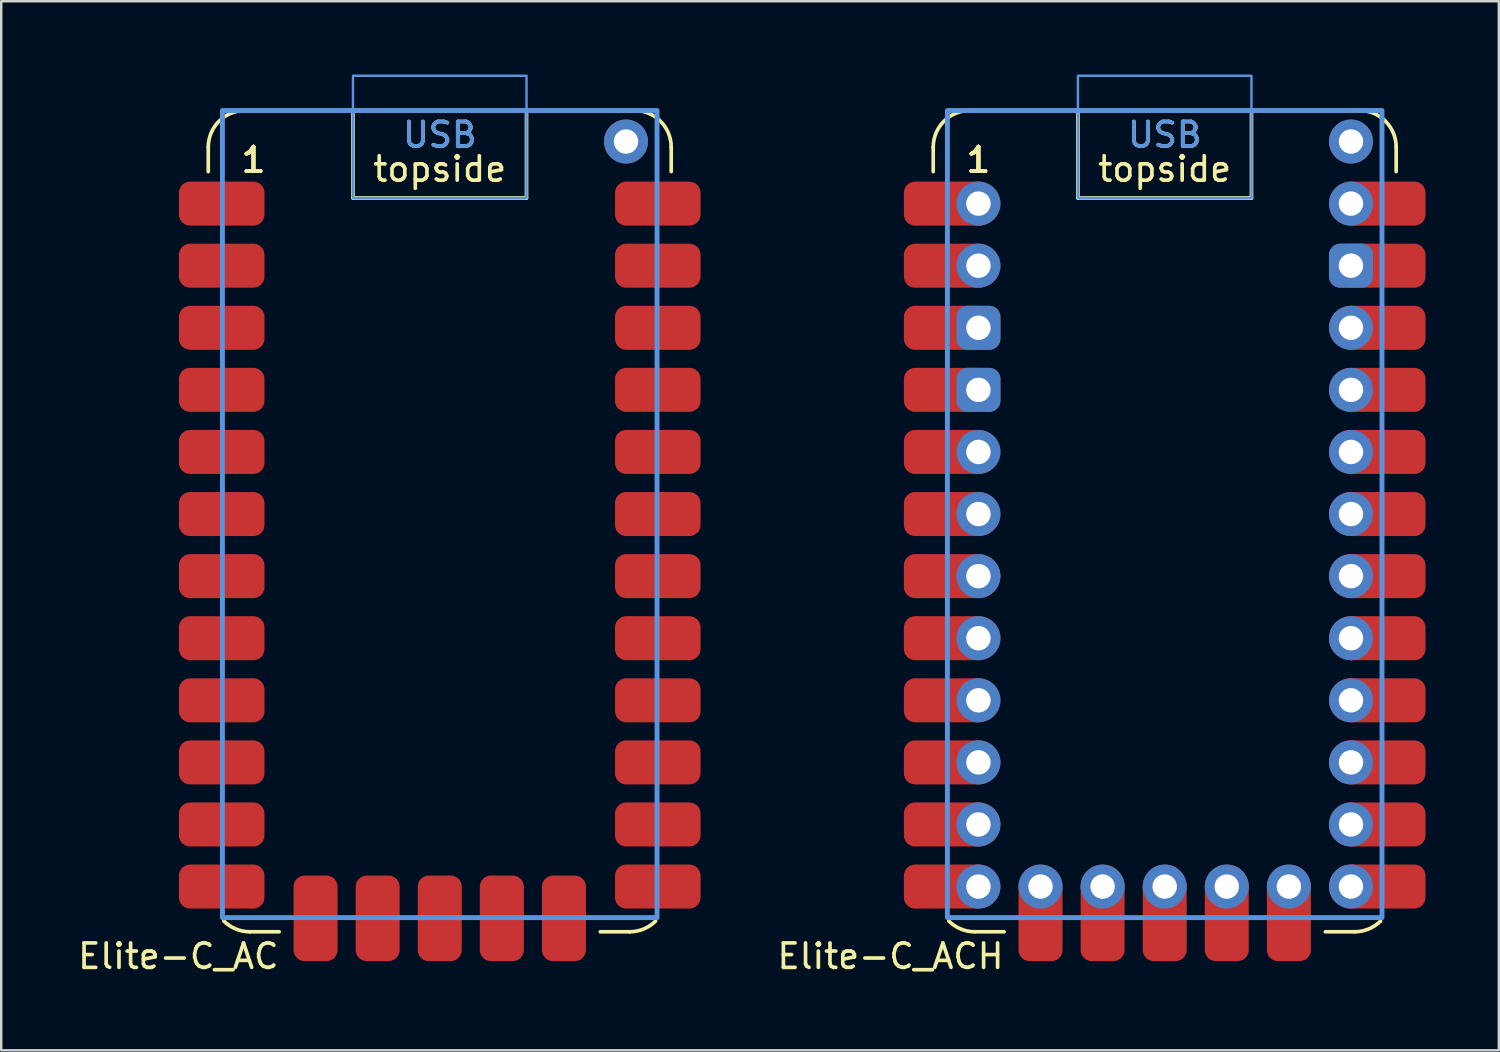
<source format=kicad_pcb>
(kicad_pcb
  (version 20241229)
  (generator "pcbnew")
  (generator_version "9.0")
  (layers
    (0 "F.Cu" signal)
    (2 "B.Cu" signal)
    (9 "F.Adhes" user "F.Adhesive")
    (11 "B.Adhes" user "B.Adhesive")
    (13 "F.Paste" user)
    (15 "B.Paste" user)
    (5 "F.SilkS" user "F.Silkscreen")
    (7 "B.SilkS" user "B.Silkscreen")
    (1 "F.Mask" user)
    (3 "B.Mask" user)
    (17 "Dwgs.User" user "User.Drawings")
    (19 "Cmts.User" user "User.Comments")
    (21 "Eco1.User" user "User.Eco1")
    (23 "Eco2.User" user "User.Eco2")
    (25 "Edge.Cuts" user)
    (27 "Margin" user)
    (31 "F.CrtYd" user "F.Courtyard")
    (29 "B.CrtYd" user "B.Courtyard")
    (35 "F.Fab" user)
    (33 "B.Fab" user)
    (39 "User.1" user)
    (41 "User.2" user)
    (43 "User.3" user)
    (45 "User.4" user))
  (footprint "Elite-C_ACH"
    (layer "F.Cu")
    (at 44.599 19.25)
    (property "Reference" "Elite-C_ACH" (at -6.5 16.82 0) (layer "F.SilkS") (effects (font (size 1 1) (thickness 0.15)) (justify right)))
    (attr through_hole exclude_from_pos_files exclude_from_bom)
    (fp_line (start -9.47 -16.28) (end -9.47 -15.28) (stroke (width 0.15) (type default)) (layer "F.SilkS"))
    (fp_line (start -6.57 15.82) (end -7.77 15.82) (stroke (width 0.15) (type default)) (layer "F.SilkS"))
    (fp_line (start -3.55 -14.2) (end -3.55 -17.78) (stroke (width 0.15) (type default)) (layer "F.SilkS"))
    (fp_line (start 3.55 -14.2) (end -3.55 -14.2) (stroke (width 0.15) (type default)) (layer "F.SilkS"))
    (fp_line (start 3.55 -14.2) (end 3.55 -17.78) (stroke (width 0.15) (type default)) (layer "F.SilkS"))
    (fp_line (start 7.77 15.82) (end 6.57 15.82) (stroke (width 0.15) (type default)) (layer "F.SilkS"))
    (fp_line (start 7.97 -17.78) (end -7.97 -17.78) (stroke (width 0.15) (type default)) (layer "F.SilkS"))
    (fp_line (start 9.47 -16.28) (end 9.47 -15.28) (stroke (width 0.15) (type default)) (layer "F.SilkS"))
    (fp_arc (start -9.47 -16.28) (mid -9.03066 -17.34066) (end -7.97 -17.78) (stroke (width 0.15) (type default)) (layer "F.SilkS"))
    (fp_arc (start -7.77 15.82) (mid -8.344025 15.705819) (end -8.83066 15.38066) (stroke (width 0.15) (type default)) (layer "F.SilkS"))
    (fp_arc (start 7.97 -17.78) (mid 9.03066 -17.34066) (end 9.47 -16.28) (stroke (width 0.15) (type default)) (layer "F.SilkS"))
    (fp_arc (start 8.83066 15.38066) (mid 8.344025 15.705819) (end 7.77 15.82) (stroke (width 0.15) (type default)) (layer "F.SilkS"))
    (fp_rect (start -3.55 -19.2) (end 3.55 -14.2) (stroke (width 0.1) (type default)) (fill no) (layer "Cmts.User"))
    (fp_rect (start 8.89 -17.78) (end -8.89 15.24) (stroke (width 0.2) (type solid)) (fill no) (layer "Cmts.User"))
    (fp_text user "1" (at -7.62 -15.17 0) (layer "F.SilkS") (effects (font (size 1 1) (thickness 0.15)) (justify bottom)))
    (fp_text user "1" (at -7.62 -15.17 0) (layer "F.SilkS") (effects (font (size 1 1) (thickness 0.15)) (justify bottom)))
    (fp_text user "1" (at -7.62 -15.17 0) (layer "F.SilkS") (effects (font (size 1 1) (thickness 0.15)) (justify bottom)))
    (fp_text user "1" (at -7.62 -15.17 0) (layer "F.SilkS") (effects (font (size 1 1) (thickness 0.15)) (justify bottom)))
    (fp_text user "topside" (at 0 -14.8 0) (unlocked yes) (layer "F.SilkS") (effects (font (size 1 1) (thickness 0.15)) (justify bottom)))
    (fp_text user "USB" (at 0 -16.2 0) (unlocked yes) (layer "F.SilkS") (effects (font (size 1 1) (thickness 0.15)) (justify bottom)))
    (fp_text user "1" (at -7.62 -15.17 0) (layer "F.SilkS") (effects (font (size 1 1) (thickness 0.15)) (justify bottom)))
    (fp_text user "USB" (at 0 -16.2 0) (layer "Cmts.User") (effects (font (size 1 1) (thickness 0.15)) (justify bottom)))
    (pad "1" smd roundrect (at -8.92 -13.97) (size 3.5 1.8) (layers "F.Cu" "F.Mask") (roundrect_rratio 0.25))
    (pad "1" thru_hole circle (at -7.62 -13.97) (size 1.8 1.8) (drill 1) (layers "*.Cu" "*.Mask"))
    (pad "2" smd roundrect (at -8.92 -11.43) (size 3.5 1.8) (layers "F.Cu" "F.Mask") (roundrect_rratio 0.25))
    (pad "2" thru_hole circle (at -7.62 -11.43) (size 1.8 1.8) (drill 1) (layers "*.Cu" "*.Mask"))
    (pad "3" smd roundrect (at -8.92 -8.89) (size 3.5 1.8) (layers "F.Cu" "F.Mask") (roundrect_rratio 0.25))
    (pad "3" thru_hole roundrect (at -7.62 -8.89) (size 1.8 1.8) (drill 1) (layers "*.Cu" "*.Mask") (roundrect_rratio 0.25))
    (pad "4" smd roundrect (at -8.92 -6.35) (size 3.5 1.8) (layers "F.Cu" "F.Mask") (roundrect_rratio 0.25))
    (pad "4" thru_hole roundrect (at -7.62 -6.35) (size 1.8 1.8) (drill 1) (layers "*.Cu" "*.Mask") (roundrect_rratio 0.25))
    (pad "5" smd roundrect (at -8.92 -3.81) (size 3.5 1.8) (layers "F.Cu" "F.Mask") (roundrect_rratio 0.25))
    (pad "5" thru_hole circle (at -7.62 -3.81) (size 1.8 1.8) (drill 1) (layers "*.Cu" "*.Mask"))
    (pad "6" smd roundrect (at -8.92 -1.27) (size 3.5 1.8) (layers "F.Cu" "F.Mask") (roundrect_rratio 0.25))
    (pad "6" thru_hole circle (at -7.62 -1.27) (size 1.8 1.8) (drill 1) (layers "*.Cu" "*.Mask"))
    (pad "7" smd roundrect (at -8.92 1.27) (size 3.5 1.8) (layers "F.Cu" "F.Mask") (roundrect_rratio 0.25))
    (pad "7" thru_hole circle (at -7.62 1.27) (size 1.8 1.8) (drill 1) (layers "*.Cu" "*.Mask"))
    (pad "8" smd roundrect (at -8.92 3.81) (size 3.5 1.8) (layers "F.Cu" "F.Mask") (roundrect_rratio 0.25))
    (pad "8" thru_hole circle (at -7.62 3.81) (size 1.8 1.8) (drill 1) (layers "*.Cu" "*.Mask"))
    (pad "9" smd roundrect (at -8.92 6.35) (size 3.5 1.8) (layers "F.Cu" "F.Mask") (roundrect_rratio 0.25))
    (pad "9" thru_hole circle (at -7.62 6.35) (size 1.8 1.8) (drill 1) (layers "*.Cu" "*.Mask"))
    (pad "10" smd roundrect (at -8.92 8.89) (size 3.5 1.8) (layers "F.Cu" "F.Mask") (roundrect_rratio 0.25))
    (pad "10" thru_hole circle (at -7.62 8.89) (size 1.8 1.8) (drill 1) (layers "*.Cu" "*.Mask"))
    (pad "11" smd roundrect (at -8.92 11.43) (size 3.5 1.8) (layers "F.Cu" "F.Mask") (roundrect_rratio 0.25))
    (pad "11" thru_hole circle (at -7.62 11.43) (size 1.8 1.8) (drill 1) (layers "*.Cu" "*.Mask"))
    (pad "12" smd roundrect (at -8.92 13.97) (size 3.5 1.8) (layers "F.Cu" "F.Mask") (roundrect_rratio 0.25))
    (pad "12" thru_hole circle (at -7.62 13.97) (size 1.8 1.8) (drill 1) (layers "*.Cu" "*.Mask"))
    (pad "13" thru_hole circle (at 7.62 -13.97) (size 1.8 1.8) (drill 1) (layers "*.Cu" "*.Mask"))
    (pad "13" smd roundrect (at 8.92 -13.97) (size 3.5 1.8) (layers "F.Cu" "F.Mask") (roundrect_rratio 0.25))
    (pad "14" thru_hole roundrect (at 7.62 -11.43) (size 1.8 1.8) (drill 1) (layers "*.Cu" "*.Mask") (roundrect_rratio 0.25))
    (pad "14" smd roundrect (at 8.92 -11.43) (size 3.5 1.8) (layers "F.Cu" "F.Mask") (roundrect_rratio 0.25))
    (pad "15" thru_hole circle (at 7.62 -8.89) (size 1.8 1.8) (drill 1) (layers "*.Cu" "*.Mask"))
    (pad "15" smd roundrect (at 8.92 -8.89) (size 3.5 1.8) (layers "F.Cu" "F.Mask") (roundrect_rratio 0.25))
    (pad "16" thru_hole circle (at 7.62 -6.35) (size 1.8 1.8) (drill 1) (layers "*.Cu" "*.Mask"))
    (pad "16" smd roundrect (at 8.92 -6.35) (size 3.5 1.8) (layers "F.Cu" "F.Mask") (roundrect_rratio 0.25))
    (pad "17" thru_hole circle (at 7.62 -3.81) (size 1.8 1.8) (drill 1) (layers "*.Cu" "*.Mask"))
    (pad "17" smd roundrect (at 8.92 -3.81) (size 3.5 1.8) (layers "F.Cu" "F.Mask") (roundrect_rratio 0.25))
    (pad "18" thru_hole circle (at 7.62 -1.27) (size 1.8 1.8) (drill 1) (layers "*.Cu" "*.Mask"))
    (pad "18" smd roundrect (at 8.92 -1.27) (size 3.5 1.8) (layers "F.Cu" "F.Mask") (roundrect_rratio 0.25))
    (pad "19" thru_hole circle (at 7.62 1.27) (size 1.8 1.8) (drill 1) (layers "*.Cu" "*.Mask"))
    (pad "19" smd roundrect (at 8.92 1.27) (size 3.5 1.8) (layers "F.Cu" "F.Mask") (roundrect_rratio 0.25))
    (pad "20" thru_hole circle (at 7.62 3.81) (size 1.8 1.8) (drill 1) (layers "*.Cu" "*.Mask"))
    (pad "20" smd roundrect (at 8.92 3.81) (size 3.5 1.8) (layers "F.Cu" "F.Mask") (roundrect_rratio 0.25))
    (pad "21" thru_hole circle (at 7.62 6.35) (size 1.8 1.8) (drill 1) (layers "*.Cu" "*.Mask"))
    (pad "21" smd roundrect (at 8.92 6.35) (size 3.5 1.8) (layers "F.Cu" "F.Mask") (roundrect_rratio 0.25))
    (pad "22" thru_hole circle (at 7.62 8.89) (size 1.8 1.8) (drill 1) (layers "*.Cu" "*.Mask"))
    (pad "22" smd roundrect (at 8.92 8.89) (size 3.5 1.8) (layers "F.Cu" "F.Mask") (roundrect_rratio 0.25))
    (pad "23" thru_hole circle (at 7.62 11.43) (size 1.8 1.8) (drill 1) (layers "*.Cu" "*.Mask"))
    (pad "23" smd roundrect (at 8.92 11.43) (size 3.5 1.8) (layers "F.Cu" "F.Mask") (roundrect_rratio 0.25))
    (pad "24" thru_hole circle (at 7.62 13.97) (size 1.8 1.8) (drill 1) (layers "*.Cu" "*.Mask"))
    (pad "24" smd roundrect (at 8.92 13.97) (size 3.5 1.8) (layers "F.Cu" "F.Mask") (roundrect_rratio 0.25))
    (pad "25" thru_hole circle (at -5.08 13.97) (size 1.8 1.8) (drill 1) (layers "*.Cu" "*.Mask"))
    (pad "25" smd roundrect (at -5.08 15.27 90) (size 3.5 1.8) (layers "F.Cu" "F.Mask") (roundrect_rratio 0.25))
    (pad "26" thru_hole circle (at -2.54 13.97) (size 1.8 1.8) (drill 1) (layers "*.Cu" "*.Mask"))
    (pad "26" smd roundrect (at -2.54 15.27 90) (size 3.5 1.8) (layers "F.Cu" "F.Mask") (roundrect_rratio 0.25))
    (pad "27" thru_hole circle (at 0 13.97) (size 1.8 1.8) (drill 1) (layers "*.Cu" "*.Mask"))
    (pad "27" smd roundrect (at 0 15.27 90) (size 3.5 1.8) (layers "F.Cu" "F.Mask") (roundrect_rratio 0.25))
    (pad "28" thru_hole circle (at 2.54 13.97) (size 1.8 1.8) (drill 1) (layers "*.Cu" "*.Mask"))
    (pad "28" smd roundrect (at 2.54 15.27 90) (size 3.5 1.8) (layers "F.Cu" "F.Mask") (roundrect_rratio 0.25))
    (pad "29" thru_hole circle (at 5.08 13.97) (size 1.8 1.8) (drill 1) (layers "*.Cu" "*.Mask"))
    (pad "29" smd roundrect (at 5.08 15.27 90) (size 3.5 1.8) (layers "F.Cu" "F.Mask") (roundrect_rratio 0.25))
    (pad "30" thru_hole circle (at 7.62 -16.51) (size 1.8 1.8) (drill 1) (layers "*.Cu" "*.Mask")))
  (footprint "Elite-C_AC"
    (layer "F.Cu")
    (at 14.94 19.25)
    (property "Reference" "Elite-C_AC" (at -6.5 16.82 0) (layer "F.SilkS") (effects (font (size 1 1) (thickness 0.15)) (justify right)))
    (attr smd exclude_from_pos_files exclude_from_bom)
    (fp_line (start -9.47 -16.28) (end -9.47 -15.28) (stroke (width 0.15) (type default)) (layer "F.SilkS"))
    (fp_line (start -6.57 15.82) (end -7.77 15.82) (stroke (width 0.15) (type default)) (layer "F.SilkS"))
    (fp_line (start -3.55 -14.2) (end -3.55 -17.78) (stroke (width 0.15) (type default)) (layer "F.SilkS"))
    (fp_line (start 3.55 -14.2) (end -3.55 -14.2) (stroke (width 0.15) (type default)) (layer "F.SilkS"))
    (fp_line (start 3.55 -14.2) (end 3.55 -17.78) (stroke (width 0.15) (type default)) (layer "F.SilkS"))
    (fp_line (start 7.77 15.82) (end 6.57 15.82) (stroke (width 0.15) (type default)) (layer "F.SilkS"))
    (fp_line (start 7.97 -17.78) (end -7.97 -17.78) (stroke (width 0.15) (type default)) (layer "F.SilkS"))
    (fp_line (start 9.47 -16.28) (end 9.47 -15.28) (stroke (width 0.15) (type default)) (layer "F.SilkS"))
    (fp_arc (start -9.47 -16.28) (mid -9.03066 -17.34066) (end -7.97 -17.78) (stroke (width 0.15) (type default)) (layer "F.SilkS"))
    (fp_arc (start -7.77 15.82) (mid -8.344025 15.705819) (end -8.83066 15.38066) (stroke (width 0.15) (type default)) (layer "F.SilkS"))
    (fp_arc (start 7.97 -17.78) (mid 9.03066 -17.34066) (end 9.47 -16.28) (stroke (width 0.15) (type default)) (layer "F.SilkS"))
    (fp_arc (start 8.83066 15.38066) (mid 8.344025 15.705819) (end 7.77 15.82) (stroke (width 0.15) (type default)) (layer "F.SilkS"))
    (fp_rect (start -3.55 -19.2) (end 3.55 -14.2) (stroke (width 0.1) (type default)) (fill no) (layer "Cmts.User"))
    (fp_rect (start 8.89 -17.78) (end -8.89 15.24) (stroke (width 0.2) (type solid)) (fill no) (layer "Cmts.User"))
    (fp_text user "1" (at -7.62 -15.17 0) (layer "F.SilkS") (effects (font (size 1 1) (thickness 0.15)) (justify bottom)))
    (fp_text user "topside" (at 0 -14.8 0) (unlocked yes) (layer "F.SilkS") (effects (font (size 1 1) (thickness 0.15)) (justify bottom)))
    (fp_text user "1" (at -7.62 -15.17 0) (layer "F.SilkS") (effects (font (size 1 1) (thickness 0.15)) (justify bottom)))
    (fp_text user "1" (at -7.62 -15.17 0) (layer "F.SilkS") (effects (font (size 1 1) (thickness 0.15)) (justify bottom)))
    (fp_text user "USB" (at 0 -16.2 0) (unlocked yes) (layer "F.SilkS") (effects (font (size 1 1) (thickness 0.15)) (justify bottom)))
    (fp_text user "1" (at -7.62 -15.17 0) (layer "F.SilkS") (effects (font (size 1 1) (thickness 0.15)) (justify bottom)))
    (fp_text user "1" (at -7.62 -15.17 0) (layer "F.SilkS") (effects (font (size 1 1) (thickness 0.15)) (justify bottom)))
    (fp_text user "USB" (at 0 -16.2 0) (layer "Cmts.User") (effects (font (size 1 1) (thickness 0.15)) (justify bottom)))
    (pad "1" smd roundrect (at -8.92 -13.97) (size 3.5 1.8) (layers "F.Cu" "F.Mask") (roundrect_rratio 0.25))
    (pad "2" smd roundrect (at -8.92 -11.43) (size 3.5 1.8) (layers "F.Cu" "F.Mask") (roundrect_rratio 0.25))
    (pad "3" smd roundrect (at -8.92 -8.89) (size 3.5 1.8) (layers "F.Cu" "F.Mask") (roundrect_rratio 0.25))
    (pad "4" smd roundrect (at -8.92 -6.35) (size 3.5 1.8) (layers "F.Cu" "F.Mask") (roundrect_rratio 0.25))
    (pad "5" smd roundrect (at -8.92 -3.81) (size 3.5 1.8) (layers "F.Cu" "F.Mask") (roundrect_rratio 0.25))
    (pad "6" smd roundrect (at -8.92 -1.27) (size 3.5 1.8) (layers "F.Cu" "F.Mask") (roundrect_rratio 0.25))
    (pad "7" smd roundrect (at -8.92 1.27) (size 3.5 1.8) (layers "F.Cu" "F.Mask") (roundrect_rratio 0.25))
    (pad "8" smd roundrect (at -8.92 3.81) (size 3.5 1.8) (layers "F.Cu" "F.Mask") (roundrect_rratio 0.25))
    (pad "9" smd roundrect (at -8.92 6.35) (size 3.5 1.8) (layers "F.Cu" "F.Mask") (roundrect_rratio 0.25))
    (pad "10" smd roundrect (at -8.92 8.89) (size 3.5 1.8) (layers "F.Cu" "F.Mask") (roundrect_rratio 0.25))
    (pad "11" smd roundrect (at -8.92 11.43) (size 3.5 1.8) (layers "F.Cu" "F.Mask") (roundrect_rratio 0.25))
    (pad "12" smd roundrect (at -8.92 13.97) (size 3.5 1.8) (layers "F.Cu" "F.Mask") (roundrect_rratio 0.25))
    (pad "13" smd roundrect (at 8.92 -13.97) (size 3.5 1.8) (layers "F.Cu" "F.Mask") (roundrect_rratio 0.25))
    (pad "14" smd roundrect (at 8.92 -11.43) (size 3.5 1.8) (layers "F.Cu" "F.Mask") (roundrect_rratio 0.25))
    (pad "15" smd roundrect (at 8.92 -8.89) (size 3.5 1.8) (layers "F.Cu" "F.Mask") (roundrect_rratio 0.25))
    (pad "16" smd roundrect (at 8.92 -6.35) (size 3.5 1.8) (layers "F.Cu" "F.Mask") (roundrect_rratio 0.25))
    (pad "17" smd roundrect (at 8.92 -3.81) (size 3.5 1.8) (layers "F.Cu" "F.Mask") (roundrect_rratio 0.25))
    (pad "18" smd roundrect (at 8.92 -1.27) (size 3.5 1.8) (layers "F.Cu" "F.Mask") (roundrect_rratio 0.25))
    (pad "19" smd roundrect (at 8.92 1.27) (size 3.5 1.8) (layers "F.Cu" "F.Mask") (roundrect_rratio 0.25))
    (pad "20" smd roundrect (at 8.92 3.81) (size 3.5 1.8) (layers "F.Cu" "F.Mask") (roundrect_rratio 0.25))
    (pad "21" smd roundrect (at 8.92 6.35) (size 3.5 1.8) (layers "F.Cu" "F.Mask") (roundrect_rratio 0.25))
    (pad "22" smd roundrect (at 8.92 8.89) (size 3.5 1.8) (layers "F.Cu" "F.Mask") (roundrect_rratio 0.25))
    (pad "23" smd roundrect (at 8.92 11.43) (size 3.5 1.8) (layers "F.Cu" "F.Mask") (roundrect_rratio 0.25))
    (pad "24" smd roundrect (at 8.92 13.97) (size 3.5 1.8) (layers "F.Cu" "F.Mask") (roundrect_rratio 0.25))
    (pad "25" smd roundrect (at -5.08 15.27 90) (size 3.5 1.8) (layers "F.Cu" "F.Mask") (roundrect_rratio 0.25))
    (pad "26" smd roundrect (at -2.54 15.27 90) (size 3.5 1.8) (layers "F.Cu" "F.Mask") (roundrect_rratio 0.25))
    (pad "27" smd roundrect (at 0 15.27 90) (size 3.5 1.8) (layers "F.Cu" "F.Mask") (roundrect_rratio 0.25))
    (pad "28" smd roundrect (at 2.54 15.27 90) (size 3.5 1.8) (layers "F.Cu" "F.Mask") (roundrect_rratio 0.25))
    (pad "29" smd roundrect (at 5.08 15.27 90) (size 3.5 1.8) (layers "F.Cu" "F.Mask") (roundrect_rratio 0.25))
    (pad "30" thru_hole circle (at 7.62 -16.51) (size 1.8 1.8) (drill 1) (layers "*.Cu" "*.Mask")))
  (gr_rect
    (start -3 -3)
    (end 58.269 39.918)
    (stroke (width 0.1) (type default))
    (fill no)
    (layer "Edge.Cuts")))
</source>
